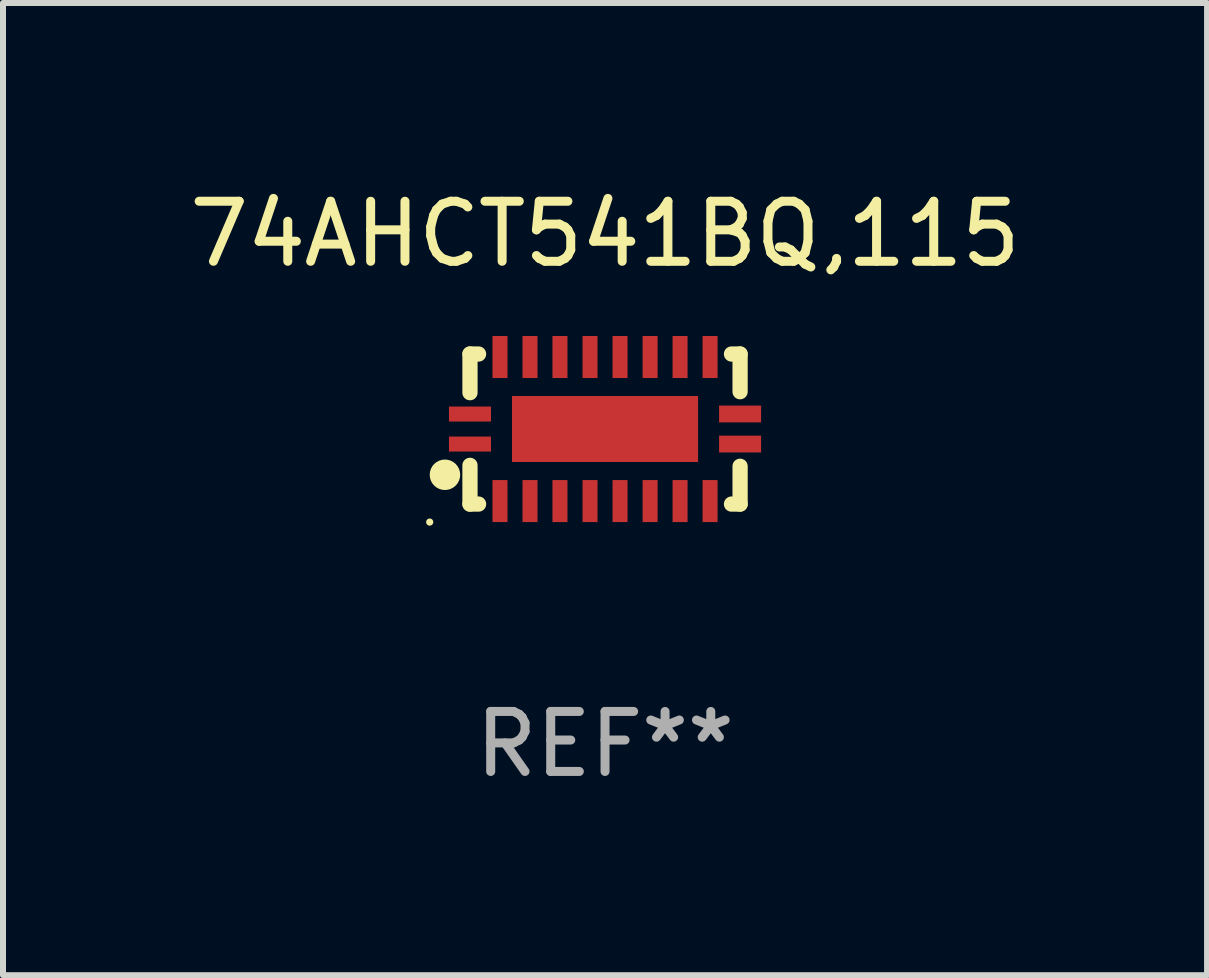
<source format=kicad_pcb>
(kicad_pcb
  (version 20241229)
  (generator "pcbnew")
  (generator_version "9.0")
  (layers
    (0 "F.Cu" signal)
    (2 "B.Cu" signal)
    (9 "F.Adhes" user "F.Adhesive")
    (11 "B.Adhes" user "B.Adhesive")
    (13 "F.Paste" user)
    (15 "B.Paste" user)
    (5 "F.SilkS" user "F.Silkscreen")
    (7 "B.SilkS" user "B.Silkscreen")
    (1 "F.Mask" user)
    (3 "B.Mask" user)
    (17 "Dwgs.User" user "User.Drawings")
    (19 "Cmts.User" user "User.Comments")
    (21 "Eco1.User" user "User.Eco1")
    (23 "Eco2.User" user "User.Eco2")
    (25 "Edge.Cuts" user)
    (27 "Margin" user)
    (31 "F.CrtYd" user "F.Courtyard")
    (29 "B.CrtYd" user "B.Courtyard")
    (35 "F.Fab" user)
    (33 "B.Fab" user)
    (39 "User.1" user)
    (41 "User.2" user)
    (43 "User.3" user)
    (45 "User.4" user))
  (footprint "74AHCT541BQ,115"
    (layer "F.Cu")
    (at 7.03 4.098)
    (property "Reference" "74AHCT541BQ,115" (at 0 -3.25 0) (layer "F.SilkS") (effects (font (size 1 1) (thickness 0.15))))
    (attr through_hole)
    (fp_line (start -2.25 0.605) (end -2.25 1.25) (stroke (width 0.254) (type solid)) (layer "F.SilkS"))
    (fp_line (start -2.25 1.25) (end -2.107 1.25) (stroke (width 0.254) (type solid)) (layer "F.SilkS"))
    (fp_line (start -2.25 -1.25) (end -2.25 -0.606) (stroke (width 0.254) (type solid)) (layer "F.SilkS"))
    (fp_line (start -2.25 -1.25) (end -2.107 -1.25) (stroke (width 0.254) (type solid)) (layer "F.SilkS"))
    (fp_line (start 2.107 -1.25) (end 2.25 -1.25) (stroke (width 0.254) (type solid)) (layer "F.SilkS"))
    (fp_line (start 2.107 1.25) (end 2.25 1.25) (stroke (width 0.254) (type solid)) (layer "F.SilkS"))
    (fp_line (start 2.25 -1.25) (end 2.25 -0.622) (stroke (width 0.254) (type solid)) (layer "F.SilkS"))
    (fp_line (start 2.25 0.62) (end 2.25 1.25) (stroke (width 0.254) (type solid)) (layer "F.SilkS"))
    (fp_circle (center -2.921 1.55) (end -2.891 1.55) (stroke (width 0.06) (type solid)) (fill no) (layer "F.SilkS"))
    (fp_circle (center -2.667 0.762) (end -2.54 0.762) (stroke (width 0.254) (type solid)) (fill no) (layer "F.SilkS"))
    (fp_text user "REF**" (at 0 5.25 0) (layer "F.Fab") (effects (font (size 1 1) (thickness 0.15))))
    (pad "1" smd rect (at -2.25 0.25 180) (size 0.7 0.25) (layers "F.Cu" "F.Mask" "F.Paste"))
    (pad "2" smd rect (at -1.75 1.2 90) (size 0.7 0.25) (layers "F.Cu" "F.Mask" "F.Paste"))
    (pad "3" smd rect (at -1.25 1.2 90) (size 0.7 0.25) (layers "F.Cu" "F.Mask" "F.Paste"))
    (pad "4" smd rect (at -0.751 1.2 90) (size 0.7 0.25) (layers "F.Cu" "F.Mask" "F.Paste"))
    (pad "5" smd rect (at -0.25 1.2 90) (size 0.7 0.25) (layers "F.Cu" "F.Mask" "F.Paste"))
    (pad "6" smd rect (at 0.25 1.2 90) (size 0.7 0.25) (layers "F.Cu" "F.Mask" "F.Paste"))
    (pad "7" smd rect (at 0.751 1.2 90) (size 0.7 0.25) (layers "F.Cu" "F.Mask" "F.Paste"))
    (pad "8" smd rect (at 1.25 1.2 90) (size 0.7 0.25) (layers "F.Cu" "F.Mask" "F.Paste"))
    (pad "9" smd rect (at 1.75 1.2 90) (size 0.7 0.25) (layers "F.Cu" "F.Mask" "F.Paste"))
    (pad "10" smd rect (at 2.25 0.25 180) (size 0.7 0.28) (layers "F.Cu" "F.Mask" "F.Paste"))
    (pad "11" smd rect (at 2.25 -0.251 180) (size 0.7 0.28) (layers "F.Cu" "F.Mask" "F.Paste"))
    (pad "12" smd rect (at 1.75 -1.2 90) (size 0.7 0.25) (layers "F.Cu" "F.Mask" "F.Paste"))
    (pad "13" smd rect (at 1.25 -1.2 90) (size 0.7 0.25) (layers "F.Cu" "F.Mask" "F.Paste"))
    (pad "14" smd rect (at 0.751 -1.2 90) (size 0.7 0.25) (layers "F.Cu" "F.Mask" "F.Paste"))
    (pad "15" smd rect (at 0.25 -1.2 90) (size 0.7 0.25) (layers "F.Cu" "F.Mask" "F.Paste"))
    (pad "16" smd rect (at -0.25 -1.2 90) (size 0.7 0.25) (layers "F.Cu" "F.Mask" "F.Paste"))
    (pad "17" smd rect (at -0.751 -1.2 90) (size 0.7 0.25) (layers "F.Cu" "F.Mask" "F.Paste"))
    (pad "18" smd rect (at -1.25 -1.2 90) (size 0.7 0.25) (layers "F.Cu" "F.Mask" "F.Paste"))
    (pad "19" smd rect (at -1.75 -1.2 90) (size 0.7 0.25) (layers "F.Cu" "F.Mask" "F.Paste"))
    (pad "20" smd rect (at -2.25 -0.25 180) (size 0.7 0.25) (layers "F.Cu" "F.Mask" "F.Paste"))
    (pad "21" smd rect (at 0 -0.001 180) (size 3.1 1.1) (layers "F.Cu" "F.Mask" "F.Paste")))
  (gr_rect
    (start -3 -3)
    (end 17.06 13.197)
    (stroke (width 0.1) (type default))
    (fill no)
    (layer "Edge.Cuts")))
</source>
